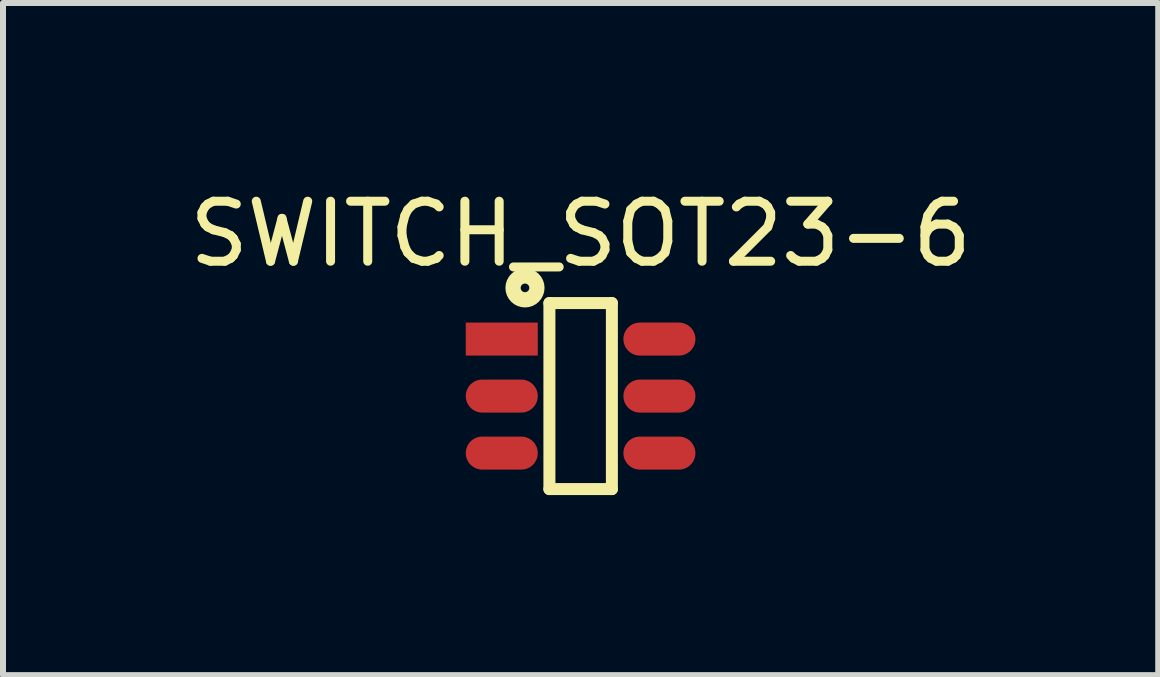
<source format=kicad_pcb>
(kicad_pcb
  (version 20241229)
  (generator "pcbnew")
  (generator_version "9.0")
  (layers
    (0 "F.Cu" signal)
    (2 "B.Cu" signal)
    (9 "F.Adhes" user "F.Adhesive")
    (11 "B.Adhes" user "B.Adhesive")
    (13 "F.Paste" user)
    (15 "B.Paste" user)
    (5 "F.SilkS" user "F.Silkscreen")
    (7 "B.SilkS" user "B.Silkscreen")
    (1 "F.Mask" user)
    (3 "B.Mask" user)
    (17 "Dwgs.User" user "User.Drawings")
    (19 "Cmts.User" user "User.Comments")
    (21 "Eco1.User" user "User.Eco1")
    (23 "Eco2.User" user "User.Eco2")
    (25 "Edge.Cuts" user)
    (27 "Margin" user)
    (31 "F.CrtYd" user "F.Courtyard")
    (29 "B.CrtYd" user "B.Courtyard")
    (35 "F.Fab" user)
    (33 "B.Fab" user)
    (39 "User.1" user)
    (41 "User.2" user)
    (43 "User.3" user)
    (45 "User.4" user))
  (footprint "SWITCH_SOT23-6"
    (layer "F.Cu")
    (at 6.638 3.55)
    (property "Reference" "SWITCH_SOT23-6" (at -0.013 -2.702 0) (layer "F.SilkS") (effects (font (size 1 1) (thickness 0.15))))
    (fp_line (start -0.533 -1.55) (end 0.508 -1.55) (stroke (width 0.2) (type solid)) (layer "F.SilkS"))
    (fp_line (start -0.533 1.55) (end -0.533 -1.55) (stroke (width 0.2) (type solid)) (layer "F.SilkS"))
    (fp_line (start -0.533 1.55) (end 0.508 1.55) (stroke (width 0.2) (type solid)) (layer "F.SilkS"))
    (fp_line (start 0.508 1.55) (end 0.508 -1.55) (stroke (width 0.2) (type solid)) (layer "F.SilkS"))
    (fp_circle (center -0.94 -1.803) (end -0.94 -1.875) (stroke (width 0.254) (type solid)) (fill no) (layer "F.SilkS"))
    (pad "1" smd rect (at -1.327 -0.95 90) (size 0.55 1.2) (layers "F.Cu" "F.Mask" "F.Paste"))
    (pad "2" smd oval (at -1.327 0 90) (size 0.55 1.2) (layers "F.Cu" "F.Mask" "F.Paste"))
    (pad "3" smd oval (at -1.327 0.95 90) (size 0.55 1.2) (layers "F.Cu" "F.Mask" "F.Paste"))
    (pad "4" smd oval (at 1.3 0.95 90) (size 0.55 1.2) (layers "F.Cu" "F.Mask" "F.Paste"))
    (pad "5" smd oval (at 1.3 0 90) (size 0.55 1.2) (layers "F.Cu" "F.Mask" "F.Paste"))
    (pad "6" smd oval (at 1.3 -0.95 90) (size 0.55 1.2) (layers "F.Cu" "F.Mask" "F.Paste")))
  (gr_rect
    (start -3 -3)
    (end 16.25 8.2)
    (stroke (width 0.1) (type default))
    (fill no)
    (layer "Edge.Cuts")))
</source>
